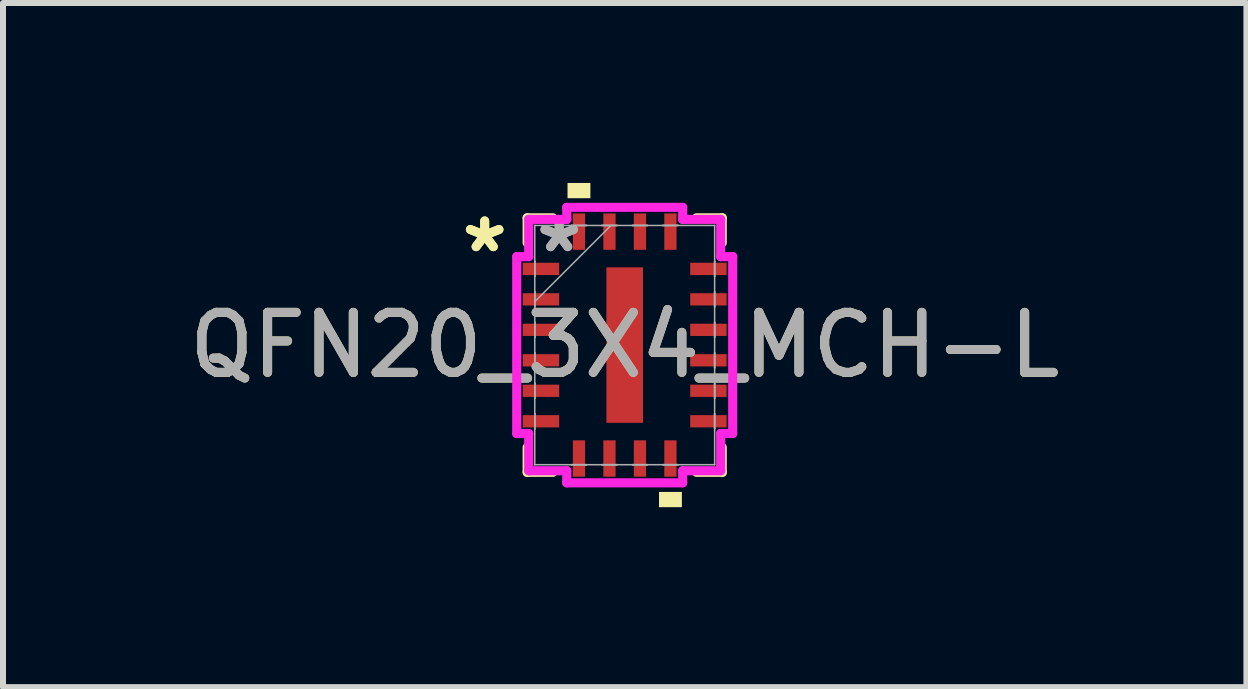
<source format=kicad_pcb>
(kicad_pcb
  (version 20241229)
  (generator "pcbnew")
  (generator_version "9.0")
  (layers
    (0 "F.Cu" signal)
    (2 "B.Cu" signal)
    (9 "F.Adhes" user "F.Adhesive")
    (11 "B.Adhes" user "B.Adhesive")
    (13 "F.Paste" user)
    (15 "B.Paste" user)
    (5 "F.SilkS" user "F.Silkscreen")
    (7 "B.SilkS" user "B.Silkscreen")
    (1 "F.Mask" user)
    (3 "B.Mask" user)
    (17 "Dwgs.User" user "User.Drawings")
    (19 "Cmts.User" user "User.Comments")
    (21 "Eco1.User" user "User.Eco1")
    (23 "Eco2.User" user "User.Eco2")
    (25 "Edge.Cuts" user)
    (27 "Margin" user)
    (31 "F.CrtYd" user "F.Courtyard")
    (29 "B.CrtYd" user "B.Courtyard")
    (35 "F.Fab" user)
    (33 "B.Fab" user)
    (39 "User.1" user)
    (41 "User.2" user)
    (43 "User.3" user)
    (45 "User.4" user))
  (footprint "QFN20_3X4_MCH-L"
    (layer "F.Cu")
    (at 7.363 2.702)
    (property "Reference" "QFN20_3X4_MCH-L" (at 0 0 0) (unlocked yes) (layer "F.SilkS") (effects (font (size 1 1) (thickness 0.15))))
    (attr smd)
    (fp_line (start -1.626 -2.121) (end -1.626 -1.705) (stroke (width 0.152) (type solid)) (layer "F.SilkS"))
    (fp_line (start -1.626 1.705) (end -1.626 2.121) (stroke (width 0.152) (type solid)) (layer "F.SilkS"))
    (fp_line (start -1.626 2.121) (end -1.197 2.121) (stroke (width 0.152) (type solid)) (layer "F.SilkS"))
    (fp_line (start -1.197 -2.121) (end -1.626 -2.121) (stroke (width 0.152) (type solid)) (layer "F.SilkS"))
    (fp_line (start 1.197 2.121) (end 1.626 2.121) (stroke (width 0.152) (type solid)) (layer "F.SilkS"))
    (fp_line (start 1.626 -2.121) (end 1.197 -2.121) (stroke (width 0.152) (type solid)) (layer "F.SilkS"))
    (fp_line (start 1.626 -1.705) (end 1.626 -2.121) (stroke (width 0.152) (type solid)) (layer "F.SilkS"))
    (fp_line (start 1.626 2.121) (end 1.626 1.705) (stroke (width 0.152) (type solid)) (layer "F.SilkS"))
    (fp_poly (pts (xy -0.953 -2.448) (xy -0.953 -2.702) (xy -0.572 -2.702) (xy -0.572 -2.448)) (stroke (width 0) (type solid)) (fill yes) (layer "F.SilkS"))
    (fp_poly (pts (xy 0.572 2.448) (xy 0.572 2.702) (xy 0.953 2.702) (xy 0.953 2.448)) (stroke (width 0) (type solid)) (fill yes) (layer "F.SilkS"))
    (fp_poly (pts (xy -0.205 -1.195) (xy -0.205 -0.1) (xy 0.205 -0.1) (xy 0.205 -1.195)) (stroke (width 0) (type solid)) (fill yes) (layer "F.Paste"))
    (fp_poly (pts (xy -0.205 0.1) (xy -0.205 1.195) (xy 0.205 1.195) (xy 0.205 0.1)) (stroke (width 0) (type solid)) (fill yes) (layer "F.Paste"))
    (fp_line (start -1.8 -1.474) (end -1.6 -1.474) (stroke (width 0.152) (type solid)) (layer "F.CrtYd"))
    (fp_line (start -1.8 1.474) (end -1.8 -1.474) (stroke (width 0.152) (type solid)) (layer "F.CrtYd"))
    (fp_line (start -1.6 -2.095) (end -0.966 -2.095) (stroke (width 0.152) (type solid)) (layer "F.CrtYd"))
    (fp_line (start -1.6 -1.474) (end -1.6 -2.095) (stroke (width 0.152) (type solid)) (layer "F.CrtYd"))
    (fp_line (start -1.6 1.474) (end -1.8 1.474) (stroke (width 0.152) (type solid)) (layer "F.CrtYd"))
    (fp_line (start -1.6 2.095) (end -1.6 1.474) (stroke (width 0.152) (type solid)) (layer "F.CrtYd"))
    (fp_line (start -0.966 -2.296) (end 0.966 -2.296) (stroke (width 0.152) (type solid)) (layer "F.CrtYd"))
    (fp_line (start -0.966 -2.095) (end -0.966 -2.296) (stroke (width 0.152) (type solid)) (layer "F.CrtYd"))
    (fp_line (start -0.966 2.095) (end -1.6 2.095) (stroke (width 0.152) (type solid)) (layer "F.CrtYd"))
    (fp_line (start -0.966 2.296) (end -0.966 2.095) (stroke (width 0.152) (type solid)) (layer "F.CrtYd"))
    (fp_line (start 0.966 -2.296) (end 0.966 -2.095) (stroke (width 0.152) (type solid)) (layer "F.CrtYd"))
    (fp_line (start 0.966 -2.095) (end 1.6 -2.095) (stroke (width 0.152) (type solid)) (layer "F.CrtYd"))
    (fp_line (start 0.966 2.095) (end 0.966 2.296) (stroke (width 0.152) (type solid)) (layer "F.CrtYd"))
    (fp_line (start 0.966 2.296) (end -0.966 2.296) (stroke (width 0.152) (type solid)) (layer "F.CrtYd"))
    (fp_line (start 1.6 -2.095) (end 1.6 -1.474) (stroke (width 0.152) (type solid)) (layer "F.CrtYd"))
    (fp_line (start 1.6 -1.474) (end 1.8 -1.474) (stroke (width 0.152) (type solid)) (layer "F.CrtYd"))
    (fp_line (start 1.6 1.474) (end 1.6 2.095) (stroke (width 0.152) (type solid)) (layer "F.CrtYd"))
    (fp_line (start 1.6 2.095) (end 0.966 2.095) (stroke (width 0.152) (type solid)) (layer "F.CrtYd"))
    (fp_line (start 1.8 -1.474) (end 1.8 1.474) (stroke (width 0.152) (type solid)) (layer "F.CrtYd"))
    (fp_line (start 1.8 1.474) (end 1.6 1.474) (stroke (width 0.152) (type solid)) (layer "F.CrtYd"))
    (fp_line (start -1.499 -1.994) (end -1.499 -1.994) (stroke (width 0.025) (type solid)) (layer "F.Fab"))
    (fp_line (start -1.499 -1.994) (end -1.499 1.994) (stroke (width 0.025) (type solid)) (layer "F.Fab"))
    (fp_line (start -1.499 -1.397) (end -1.499 -1.397) (stroke (width 0.025) (type solid)) (layer "F.Fab"))
    (fp_line (start -1.499 -1.397) (end -1.499 -1.143) (stroke (width 0.025) (type solid)) (layer "F.Fab"))
    (fp_line (start -1.499 -1.143) (end -1.499 -1.397) (stroke (width 0.025) (type solid)) (layer "F.Fab"))
    (fp_line (start -1.499 -1.143) (end -1.499 -1.143) (stroke (width 0.025) (type solid)) (layer "F.Fab"))
    (fp_line (start -1.499 -0.889) (end -1.499 -0.889) (stroke (width 0.025) (type solid)) (layer "F.Fab"))
    (fp_line (start -1.499 -0.889) (end -1.499 -0.635) (stroke (width 0.025) (type solid)) (layer "F.Fab"))
    (fp_line (start -1.499 -0.724) (end -0.229 -1.994) (stroke (width 0.025) (type solid)) (layer "F.Fab"))
    (fp_line (start -1.499 -0.635) (end -1.499 -0.889) (stroke (width 0.025) (type solid)) (layer "F.Fab"))
    (fp_line (start -1.499 -0.635) (end -1.499 -0.635) (stroke (width 0.025) (type solid)) (layer "F.Fab"))
    (fp_line (start -1.499 -0.381) (end -1.499 -0.381) (stroke (width 0.025) (type solid)) (layer "F.Fab"))
    (fp_line (start -1.499 -0.381) (end -1.499 -0.127) (stroke (width 0.025) (type solid)) (layer "F.Fab"))
    (fp_line (start -1.499 -0.127) (end -1.499 -0.381) (stroke (width 0.025) (type solid)) (layer "F.Fab"))
    (fp_line (start -1.499 -0.127) (end -1.499 -0.127) (stroke (width 0.025) (type solid)) (layer "F.Fab"))
    (fp_line (start -1.499 0.127) (end -1.499 0.127) (stroke (width 0.025) (type solid)) (layer "F.Fab"))
    (fp_line (start -1.499 0.127) (end -1.499 0.381) (stroke (width 0.025) (type solid)) (layer "F.Fab"))
    (fp_line (start -1.499 0.381) (end -1.499 0.127) (stroke (width 0.025) (type solid)) (layer "F.Fab"))
    (fp_line (start -1.499 0.381) (end -1.499 0.381) (stroke (width 0.025) (type solid)) (layer "F.Fab"))
    (fp_line (start -1.499 0.635) (end -1.499 0.635) (stroke (width 0.025) (type solid)) (layer "F.Fab"))
    (fp_line (start -1.499 0.635) (end -1.499 0.889) (stroke (width 0.025) (type solid)) (layer "F.Fab"))
    (fp_line (start -1.499 0.889) (end -1.499 0.635) (stroke (width 0.025) (type solid)) (layer "F.Fab"))
    (fp_line (start -1.499 0.889) (end -1.499 0.889) (stroke (width 0.025) (type solid)) (layer "F.Fab"))
    (fp_line (start -1.499 1.143) (end -1.499 1.143) (stroke (width 0.025) (type solid)) (layer "F.Fab"))
    (fp_line (start -1.499 1.143) (end -1.499 1.397) (stroke (width 0.025) (type solid)) (layer "F.Fab"))
    (fp_line (start -1.499 1.397) (end -1.499 1.143) (stroke (width 0.025) (type solid)) (layer "F.Fab"))
    (fp_line (start -1.499 1.397) (end -1.499 1.397) (stroke (width 0.025) (type solid)) (layer "F.Fab"))
    (fp_line (start -1.499 1.994) (end -1.499 1.994) (stroke (width 0.025) (type solid)) (layer "F.Fab"))
    (fp_line (start -1.499 1.994) (end 1.499 1.994) (stroke (width 0.025) (type solid)) (layer "F.Fab"))
    (fp_line (start -0.889 -1.994) (end -0.889 -1.994) (stroke (width 0.025) (type solid)) (layer "F.Fab"))
    (fp_line (start -0.889 -1.994) (end -0.635 -1.994) (stroke (width 0.025) (type solid)) (layer "F.Fab"))
    (fp_line (start -0.889 1.994) (end -0.889 1.994) (stroke (width 0.025) (type solid)) (layer "F.Fab"))
    (fp_line (start -0.889 1.994) (end -0.635 1.994) (stroke (width 0.025) (type solid)) (layer "F.Fab"))
    (fp_line (start -0.635 -1.994) (end -0.889 -1.994) (stroke (width 0.025) (type solid)) (layer "F.Fab"))
    (fp_line (start -0.635 -1.994) (end -0.635 -1.994) (stroke (width 0.025) (type solid)) (layer "F.Fab"))
    (fp_line (start -0.635 1.994) (end -0.889 1.994) (stroke (width 0.025) (type solid)) (layer "F.Fab"))
    (fp_line (start -0.635 1.994) (end -0.635 1.994) (stroke (width 0.025) (type solid)) (layer "F.Fab"))
    (fp_line (start -0.381 -1.994) (end -0.381 -1.994) (stroke (width 0.025) (type solid)) (layer "F.Fab"))
    (fp_line (start -0.381 -1.994) (end -0.127 -1.994) (stroke (width 0.025) (type solid)) (layer "F.Fab"))
    (fp_line (start -0.381 1.994) (end -0.381 1.994) (stroke (width 0.025) (type solid)) (layer "F.Fab"))
    (fp_line (start -0.381 1.994) (end -0.127 1.994) (stroke (width 0.025) (type solid)) (layer "F.Fab"))
    (fp_line (start -0.127 -1.994) (end -0.381 -1.994) (stroke (width 0.025) (type solid)) (layer "F.Fab"))
    (fp_line (start -0.127 -1.994) (end -0.127 -1.994) (stroke (width 0.025) (type solid)) (layer "F.Fab"))
    (fp_line (start -0.127 1.994) (end -0.381 1.994) (stroke (width 0.025) (type solid)) (layer "F.Fab"))
    (fp_line (start -0.127 1.994) (end -0.127 1.994) (stroke (width 0.025) (type solid)) (layer "F.Fab"))
    (fp_line (start 0.127 -1.994) (end 0.127 -1.994) (stroke (width 0.025) (type solid)) (layer "F.Fab"))
    (fp_line (start 0.127 -1.994) (end 0.381 -1.994) (stroke (width 0.025) (type solid)) (layer "F.Fab"))
    (fp_line (start 0.127 1.994) (end 0.127 1.994) (stroke (width 0.025) (type solid)) (layer "F.Fab"))
    (fp_line (start 0.127 1.994) (end 0.381 1.994) (stroke (width 0.025) (type solid)) (layer "F.Fab"))
    (fp_line (start 0.381 -1.994) (end 0.127 -1.994) (stroke (width 0.025) (type solid)) (layer "F.Fab"))
    (fp_line (start 0.381 -1.994) (end 0.381 -1.994) (stroke (width 0.025) (type solid)) (layer "F.Fab"))
    (fp_line (start 0.381 1.994) (end 0.127 1.994) (stroke (width 0.025) (type solid)) (layer "F.Fab"))
    (fp_line (start 0.381 1.994) (end 0.381 1.994) (stroke (width 0.025) (type solid)) (layer "F.Fab"))
    (fp_line (start 0.635 -1.994) (end 0.635 -1.994) (stroke (width 0.025) (type solid)) (layer "F.Fab"))
    (fp_line (start 0.635 -1.994) (end 0.889 -1.994) (stroke (width 0.025) (type solid)) (layer "F.Fab"))
    (fp_line (start 0.635 1.994) (end 0.635 1.994) (stroke (width 0.025) (type solid)) (layer "F.Fab"))
    (fp_line (start 0.635 1.994) (end 0.889 1.994) (stroke (width 0.025) (type solid)) (layer "F.Fab"))
    (fp_line (start 0.889 -1.994) (end 0.635 -1.994) (stroke (width 0.025) (type solid)) (layer "F.Fab"))
    (fp_line (start 0.889 -1.994) (end 0.889 -1.994) (stroke (width 0.025) (type solid)) (layer "F.Fab"))
    (fp_line (start 0.889 1.994) (end 0.635 1.994) (stroke (width 0.025) (type solid)) (layer "F.Fab"))
    (fp_line (start 0.889 1.994) (end 0.889 1.994) (stroke (width 0.025) (type solid)) (layer "F.Fab"))
    (fp_line (start 1.499 -1.994) (end -1.499 -1.994) (stroke (width 0.025) (type solid)) (layer "F.Fab"))
    (fp_line (start 1.499 -1.994) (end 1.499 -1.994) (stroke (width 0.025) (type solid)) (layer "F.Fab"))
    (fp_line (start 1.499 -1.397) (end 1.499 -1.397) (stroke (width 0.025) (type solid)) (layer "F.Fab"))
    (fp_line (start 1.499 -1.397) (end 1.499 -1.143) (stroke (width 0.025) (type solid)) (layer "F.Fab"))
    (fp_line (start 1.499 -1.143) (end 1.499 -1.397) (stroke (width 0.025) (type solid)) (layer "F.Fab"))
    (fp_line (start 1.499 -1.143) (end 1.499 -1.143) (stroke (width 0.025) (type solid)) (layer "F.Fab"))
    (fp_line (start 1.499 -0.889) (end 1.499 -0.889) (stroke (width 0.025) (type solid)) (layer "F.Fab"))
    (fp_line (start 1.499 -0.889) (end 1.499 -0.635) (stroke (width 0.025) (type solid)) (layer "F.Fab"))
    (fp_line (start 1.499 -0.635) (end 1.499 -0.889) (stroke (width 0.025) (type solid)) (layer "F.Fab"))
    (fp_line (start 1.499 -0.635) (end 1.499 -0.635) (stroke (width 0.025) (type solid)) (layer "F.Fab"))
    (fp_line (start 1.499 -0.381) (end 1.499 -0.381) (stroke (width 0.025) (type solid)) (layer "F.Fab"))
    (fp_line (start 1.499 -0.381) (end 1.499 -0.127) (stroke (width 0.025) (type solid)) (layer "F.Fab"))
    (fp_line (start 1.499 -0.127) (end 1.499 -0.381) (stroke (width 0.025) (type solid)) (layer "F.Fab"))
    (fp_line (start 1.499 -0.127) (end 1.499 -0.127) (stroke (width 0.025) (type solid)) (layer "F.Fab"))
    (fp_line (start 1.499 0.127) (end 1.499 0.127) (stroke (width 0.025) (type solid)) (layer "F.Fab"))
    (fp_line (start 1.499 0.127) (end 1.499 0.381) (stroke (width 0.025) (type solid)) (layer "F.Fab"))
    (fp_line (start 1.499 0.381) (end 1.499 0.127) (stroke (width 0.025) (type solid)) (layer "F.Fab"))
    (fp_line (start 1.499 0.381) (end 1.499 0.381) (stroke (width 0.025) (type solid)) (layer "F.Fab"))
    (fp_line (start 1.499 0.635) (end 1.499 0.635) (stroke (width 0.025) (type solid)) (layer "F.Fab"))
    (fp_line (start 1.499 0.635) (end 1.499 0.889) (stroke (width 0.025) (type solid)) (layer "F.Fab"))
    (fp_line (start 1.499 0.889) (end 1.499 0.635) (stroke (width 0.025) (type solid)) (layer "F.Fab"))
    (fp_line (start 1.499 0.889) (end 1.499 0.889) (stroke (width 0.025) (type solid)) (layer "F.Fab"))
    (fp_line (start 1.499 1.143) (end 1.499 1.143) (stroke (width 0.025) (type solid)) (layer "F.Fab"))
    (fp_line (start 1.499 1.143) (end 1.499 1.397) (stroke (width 0.025) (type solid)) (layer "F.Fab"))
    (fp_line (start 1.499 1.397) (end 1.499 1.143) (stroke (width 0.025) (type solid)) (layer "F.Fab"))
    (fp_line (start 1.499 1.397) (end 1.499 1.397) (stroke (width 0.025) (type solid)) (layer "F.Fab"))
    (fp_line (start 1.499 1.994) (end 1.499 -1.994) (stroke (width 0.025) (type solid)) (layer "F.Fab"))
    (fp_line (start 1.499 1.994) (end 1.499 1.994) (stroke (width 0.025) (type solid)) (layer "F.Fab"))
    (fp_text user "*" (at -2.334 -1.524 0) (unlocked yes) (layer "F.SilkS") (effects (font (size 1 1) (thickness 0.15))))
    (fp_text user "*" (at -2.334 -1.524 0) (layer "F.SilkS") (effects (font (size 1 1) (thickness 0.15))))
    (fp_text user "*" (at -1.092 -1.524 0) (unlocked yes) (layer "F.Fab") (effects (font (size 1 1) (thickness 0.15))))
    (fp_text user "*" (at -1.092 -1.524 0) (layer "F.Fab") (effects (font (size 1 1) (thickness 0.15))))
    (fp_text user "${REFERENCE}" (at 0 0 0) (unlocked yes) (layer "F.Fab") (effects (font (size 1 1) (thickness 0.15))))
    (pad "1" smd rect (at -1.395 -1.27 90) (size 0.204 0.606) (layers "F.Cu" "F.Mask" "F.Paste"))
    (pad "2" smd rect (at -1.395 -0.762 90) (size 0.204 0.606) (layers "F.Cu" "F.Mask" "F.Paste"))
    (pad "3" smd rect (at -1.395 -0.254 90) (size 0.204 0.606) (layers "F.Cu" "F.Mask" "F.Paste"))
    (pad "4" smd rect (at -1.395 0.254 90) (size 0.204 0.606) (layers "F.Cu" "F.Mask" "F.Paste"))
    (pad "5" smd rect (at -1.395 0.762 90) (size 0.204 0.606) (layers "F.Cu" "F.Mask" "F.Paste"))
    (pad "6" smd rect (at -1.395 1.27 90) (size 0.204 0.606) (layers "F.Cu" "F.Mask" "F.Paste"))
    (pad "7" smd rect (at -0.762 1.891) (size 0.204 0.606) (layers "F.Cu" "F.Mask" "F.Paste"))
    (pad "8" smd rect (at -0.254 1.891) (size 0.204 0.606) (layers "F.Cu" "F.Mask" "F.Paste"))
    (pad "9" smd rect (at 0.254 1.891) (size 0.204 0.606) (layers "F.Cu" "F.Mask" "F.Paste"))
    (pad "10" smd rect (at 0.762 1.891) (size 0.204 0.606) (layers "F.Cu" "F.Mask" "F.Paste"))
    (pad "11" smd rect (at 1.395 1.27 90) (size 0.204 0.606) (layers "F.Cu" "F.Mask" "F.Paste"))
    (pad "12" smd rect (at 1.395 0.762 90) (size 0.204 0.606) (layers "F.Cu" "F.Mask" "F.Paste"))
    (pad "13" smd rect (at 1.395 0.254 90) (size 0.204 0.606) (layers "F.Cu" "F.Mask" "F.Paste"))
    (pad "14" smd rect (at 1.395 -0.254 90) (size 0.204 0.606) (layers "F.Cu" "F.Mask" "F.Paste"))
    (pad "15" smd rect (at 1.395 -0.762 90) (size 0.204 0.606) (layers "F.Cu" "F.Mask" "F.Paste"))
    (pad "16" smd rect (at 1.395 -1.27 90) (size 0.204 0.606) (layers "F.Cu" "F.Mask" "F.Paste"))
    (pad "17" smd rect (at 0.762 -1.891) (size 0.204 0.606) (layers "F.Cu" "F.Mask" "F.Paste"))
    (pad "18" smd rect (at 0.254 -1.891) (size 0.204 0.606) (layers "F.Cu" "F.Mask" "F.Paste"))
    (pad "19" smd rect (at -0.254 -1.891) (size 0.204 0.606) (layers "F.Cu" "F.Mask" "F.Paste"))
    (pad "20" smd rect (at -0.762 -1.891) (size 0.204 0.606) (layers "F.Cu" "F.Mask" "F.Paste"))
    (pad "21" smd rect (at 0 0) (size 0.61 2.591) (layers "F.Cu" "F.Mask" "F.Paste")))
  (gr_rect
    (start -3 -3)
    (end 17.726 8.404)
    (stroke (width 0.1) (type default))
    (fill no)
    (layer "Edge.Cuts")))
</source>
